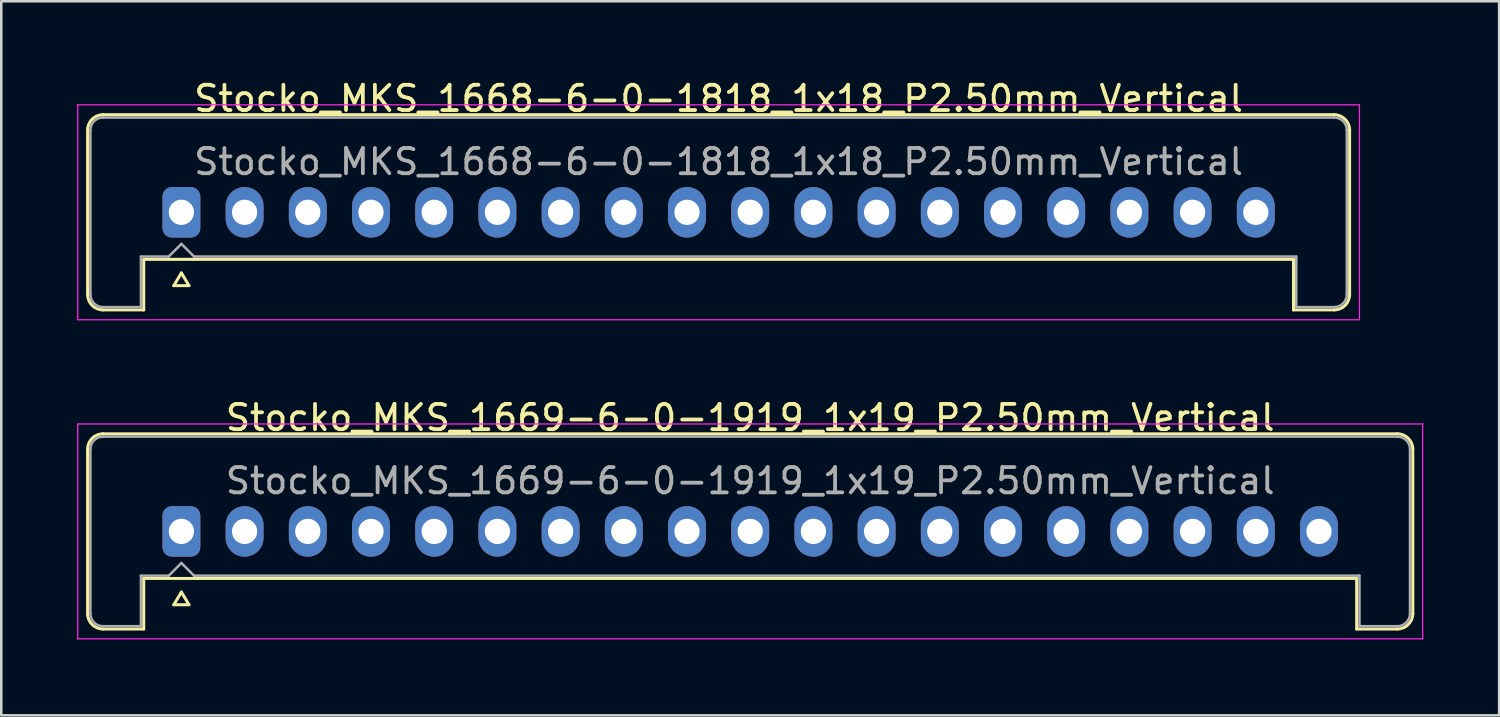
<source format=kicad_pcb>
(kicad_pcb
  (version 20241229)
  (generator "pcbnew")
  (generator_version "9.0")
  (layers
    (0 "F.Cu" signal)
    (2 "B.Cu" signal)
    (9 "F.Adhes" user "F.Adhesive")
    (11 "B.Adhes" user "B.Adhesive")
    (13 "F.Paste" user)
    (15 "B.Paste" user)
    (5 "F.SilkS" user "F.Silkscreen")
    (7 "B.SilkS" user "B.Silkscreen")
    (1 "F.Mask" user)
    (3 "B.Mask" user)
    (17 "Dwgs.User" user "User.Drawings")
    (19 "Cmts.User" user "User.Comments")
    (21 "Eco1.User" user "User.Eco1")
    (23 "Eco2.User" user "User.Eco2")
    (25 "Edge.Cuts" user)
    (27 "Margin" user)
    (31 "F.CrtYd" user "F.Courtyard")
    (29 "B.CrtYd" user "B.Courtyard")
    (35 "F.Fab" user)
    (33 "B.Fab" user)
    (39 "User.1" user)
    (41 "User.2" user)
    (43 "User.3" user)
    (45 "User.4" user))
  (footprint "Stocko_MKS_1669-6-0-1919_1x19_P2.50mm_Vertical"
    (layer "F.Cu")
    (at 4.125 17.971)
    (property "Reference" "Stocko_MKS_1669-6-0-1919_1x19_P2.50mm_Vertical" (at 22.5 -4.5 0) (layer "F.SilkS") (effects (font (size 1 1) (thickness 0.15))))
    (attr through_hole)
    (fp_line (start -3.71 -3.25) (end -3.71 3.25) (stroke (width 0.12) (type solid)) (layer "F.SilkS"))
    (fp_line (start -3.1 -3.86) (end 48.1 -3.86) (stroke (width 0.12) (type solid)) (layer "F.SilkS"))
    (fp_line (start -3.1 3.86) (end -1.49 3.86) (stroke (width 0.12) (type solid)) (layer "F.SilkS"))
    (fp_line (start -1.49 1.86) (end 46.49 1.86) (stroke (width 0.12) (type solid)) (layer "F.SilkS"))
    (fp_line (start -1.49 3.86) (end -1.49 1.86) (stroke (width 0.12) (type solid)) (layer "F.SilkS"))
    (fp_line (start -0.3 2.9) (end 0.3 2.9) (stroke (width 0.12) (type solid)) (layer "F.SilkS"))
    (fp_line (start 0 2.4) (end -0.3 2.9) (stroke (width 0.12) (type solid)) (layer "F.SilkS"))
    (fp_line (start 0.3 2.9) (end 0 2.4) (stroke (width 0.12) (type solid)) (layer "F.SilkS"))
    (fp_line (start 46.49 3.86) (end 46.49 1.86) (stroke (width 0.12) (type solid)) (layer "F.SilkS"))
    (fp_line (start 48.1 3.86) (end 46.49 3.86) (stroke (width 0.12) (type solid)) (layer "F.SilkS"))
    (fp_line (start 48.71 -3.25) (end 48.71 3.25) (stroke (width 0.12) (type solid)) (layer "F.SilkS"))
    (fp_arc (start -3.71 -3.25) (mid -3.531335 -3.681335) (end -3.1 -3.86) (stroke (width 0.12) (type solid)) (layer "F.SilkS"))
    (fp_arc (start -3.1 3.86) (mid -3.531335 3.681335) (end -3.71 3.25) (stroke (width 0.12) (type solid)) (layer "F.SilkS"))
    (fp_arc (start 48.1 -3.86) (mid 48.531335 -3.681335) (end 48.71 -3.25) (stroke (width 0.12) (type solid)) (layer "F.SilkS"))
    (fp_arc (start 48.71 3.25) (mid 48.531335 3.681335) (end 48.1 3.86) (stroke (width 0.12) (type solid)) (layer "F.SilkS"))
    (fp_line (start -4.1 -4.25) (end -4.1 4.25) (stroke (width 0.05) (type solid)) (layer "F.CrtYd"))
    (fp_line (start -4.1 4.25) (end 49.1 4.25) (stroke (width 0.05) (type solid)) (layer "F.CrtYd"))
    (fp_line (start 49.1 -4.25) (end -4.1 -4.25) (stroke (width 0.05) (type solid)) (layer "F.CrtYd"))
    (fp_line (start 49.1 4.25) (end 49.1 -4.25) (stroke (width 0.05) (type solid)) (layer "F.CrtYd"))
    (fp_line (start -3.6 -3.25) (end -3.6 3.25) (stroke (width 0.1) (type solid)) (layer "F.Fab"))
    (fp_line (start -3.1 -3.75) (end 48.1 -3.75) (stroke (width 0.1) (type solid)) (layer "F.Fab"))
    (fp_line (start -3.1 3.75) (end -1.6 3.75) (stroke (width 0.1) (type solid)) (layer "F.Fab"))
    (fp_line (start -1.6 1.75) (end -0.5 1.75) (stroke (width 0.1) (type solid)) (layer "F.Fab"))
    (fp_line (start -1.6 3.75) (end -1.6 1.75) (stroke (width 0.1) (type solid)) (layer "F.Fab"))
    (fp_line (start -0.5 1.75) (end 0 1.25) (stroke (width 0.1) (type solid)) (layer "F.Fab"))
    (fp_line (start 0 1.25) (end 0.5 1.75) (stroke (width 0.1) (type solid)) (layer "F.Fab"))
    (fp_line (start 0.5 1.75) (end 46.6 1.75) (stroke (width 0.1) (type solid)) (layer "F.Fab"))
    (fp_line (start 46.6 3.75) (end 46.6 1.75) (stroke (width 0.1) (type solid)) (layer "F.Fab"))
    (fp_line (start 48.1 3.75) (end 46.6 3.75) (stroke (width 0.1) (type solid)) (layer "F.Fab"))
    (fp_line (start 48.6 -3.25) (end 48.6 3.25) (stroke (width 0.1) (type solid)) (layer "F.Fab"))
    (fp_arc (start -3.6 -3.25) (mid -3.453553 -3.603553) (end -3.1 -3.75) (stroke (width 0.1) (type solid)) (layer "F.Fab"))
    (fp_arc (start -3.1 3.75) (mid -3.453553 3.603553) (end -3.6 3.25) (stroke (width 0.1) (type solid)) (layer "F.Fab"))
    (fp_arc (start 48.1 -3.75) (mid 48.453553 -3.603553) (end 48.6 -3.25) (stroke (width 0.1) (type solid)) (layer "F.Fab"))
    (fp_arc (start 48.6 3.25) (mid 48.453553 3.603553) (end 48.1 3.75) (stroke (width 0.1) (type solid)) (layer "F.Fab"))
    (fp_text user "${REFERENCE}" (at 22.5 -2 0) (layer "F.Fab") (effects (font (size 1 1) (thickness 0.15))))
    (pad "1" thru_hole roundrect (at 0 0) (size 1.5 2) (drill 1) (layers "*.Cu" "*.Mask") (roundrect_rratio 0.25))
    (pad "2" thru_hole oval (at 2.5 0) (size 1.5 2) (drill 1) (layers "*.Cu" "*.Mask"))
    (pad "3" thru_hole oval (at 5 0) (size 1.5 2) (drill 1) (layers "*.Cu" "*.Mask"))
    (pad "4" thru_hole oval (at 7.5 0) (size 1.5 2) (drill 1) (layers "*.Cu" "*.Mask"))
    (pad "5" thru_hole oval (at 10 0) (size 1.5 2) (drill 1) (layers "*.Cu" "*.Mask"))
    (pad "6" thru_hole oval (at 12.5 0) (size 1.5 2) (drill 1) (layers "*.Cu" "*.Mask"))
    (pad "7" thru_hole oval (at 15 0) (size 1.5 2) (drill 1) (layers "*.Cu" "*.Mask"))
    (pad "8" thru_hole oval (at 17.5 0) (size 1.5 2) (drill 1) (layers "*.Cu" "*.Mask"))
    (pad "9" thru_hole oval (at 20 0) (size 1.5 2) (drill 1) (layers "*.Cu" "*.Mask"))
    (pad "10" thru_hole oval (at 22.5 0) (size 1.5 2) (drill 1) (layers "*.Cu" "*.Mask"))
    (pad "11" thru_hole oval (at 25 0) (size 1.5 2) (drill 1) (layers "*.Cu" "*.Mask"))
    (pad "12" thru_hole oval (at 27.5 0) (size 1.5 2) (drill 1) (layers "*.Cu" "*.Mask"))
    (pad "13" thru_hole oval (at 30 0) (size 1.5 2) (drill 1) (layers "*.Cu" "*.Mask"))
    (pad "14" thru_hole oval (at 32.5 0) (size 1.5 2) (drill 1) (layers "*.Cu" "*.Mask"))
    (pad "15" thru_hole oval (at 35 0) (size 1.5 2) (drill 1) (layers "*.Cu" "*.Mask"))
    (pad "16" thru_hole oval (at 37.5 0) (size 1.5 2) (drill 1) (layers "*.Cu" "*.Mask"))
    (pad "17" thru_hole oval (at 40 0) (size 1.5 2) (drill 1) (layers "*.Cu" "*.Mask"))
    (pad "18" thru_hole oval (at 42.5 0) (size 1.5 2) (drill 1) (layers "*.Cu" "*.Mask"))
    (pad "19" thru_hole oval (at 45 0) (size 1.5 2) (drill 1) (layers "*.Cu" "*.Mask")))
  (footprint "Stocko_MKS_1668-6-0-1818_1x18_P2.50mm_Vertical"
    (layer "F.Cu")
    (at 4.125 5.348)
    (property "Reference" "Stocko_MKS_1668-6-0-1818_1x18_P2.50mm_Vertical" (at 21.25 -4.5 0) (layer "F.SilkS") (effects (font (size 1 1) (thickness 0.15))))
    (attr through_hole)
    (fp_line (start -3.71 -3.25) (end -3.71 3.25) (stroke (width 0.12) (type solid)) (layer "F.SilkS"))
    (fp_line (start -3.1 -3.86) (end 45.6 -3.86) (stroke (width 0.12) (type solid)) (layer "F.SilkS"))
    (fp_line (start -3.1 3.86) (end -1.49 3.86) (stroke (width 0.12) (type solid)) (layer "F.SilkS"))
    (fp_line (start -1.49 1.86) (end 43.99 1.86) (stroke (width 0.12) (type solid)) (layer "F.SilkS"))
    (fp_line (start -1.49 3.86) (end -1.49 1.86) (stroke (width 0.12) (type solid)) (layer "F.SilkS"))
    (fp_line (start -0.3 2.9) (end 0.3 2.9) (stroke (width 0.12) (type solid)) (layer "F.SilkS"))
    (fp_line (start 0 2.4) (end -0.3 2.9) (stroke (width 0.12) (type solid)) (layer "F.SilkS"))
    (fp_line (start 0.3 2.9) (end 0 2.4) (stroke (width 0.12) (type solid)) (layer "F.SilkS"))
    (fp_line (start 43.99 3.86) (end 43.99 1.86) (stroke (width 0.12) (type solid)) (layer "F.SilkS"))
    (fp_line (start 45.6 3.86) (end 43.99 3.86) (stroke (width 0.12) (type solid)) (layer "F.SilkS"))
    (fp_line (start 46.21 -3.25) (end 46.21 3.25) (stroke (width 0.12) (type solid)) (layer "F.SilkS"))
    (fp_arc (start -3.71 -3.25) (mid -3.531335 -3.681335) (end -3.1 -3.86) (stroke (width 0.12) (type solid)) (layer "F.SilkS"))
    (fp_arc (start -3.1 3.86) (mid -3.531335 3.681335) (end -3.71 3.25) (stroke (width 0.12) (type solid)) (layer "F.SilkS"))
    (fp_arc (start 45.6 -3.86) (mid 46.031335 -3.681335) (end 46.21 -3.25) (stroke (width 0.12) (type solid)) (layer "F.SilkS"))
    (fp_arc (start 46.21 3.25) (mid 46.031335 3.681335) (end 45.6 3.86) (stroke (width 0.12) (type solid)) (layer "F.SilkS"))
    (fp_line (start -4.1 -4.25) (end -4.1 4.25) (stroke (width 0.05) (type solid)) (layer "F.CrtYd"))
    (fp_line (start -4.1 4.25) (end 46.6 4.25) (stroke (width 0.05) (type solid)) (layer "F.CrtYd"))
    (fp_line (start 46.6 -4.25) (end -4.1 -4.25) (stroke (width 0.05) (type solid)) (layer "F.CrtYd"))
    (fp_line (start 46.6 4.25) (end 46.6 -4.25) (stroke (width 0.05) (type solid)) (layer "F.CrtYd"))
    (fp_line (start -3.6 -3.25) (end -3.6 3.25) (stroke (width 0.1) (type solid)) (layer "F.Fab"))
    (fp_line (start -3.1 -3.75) (end 45.6 -3.75) (stroke (width 0.1) (type solid)) (layer "F.Fab"))
    (fp_line (start -3.1 3.75) (end -1.6 3.75) (stroke (width 0.1) (type solid)) (layer "F.Fab"))
    (fp_line (start -1.6 1.75) (end -0.5 1.75) (stroke (width 0.1) (type solid)) (layer "F.Fab"))
    (fp_line (start -1.6 3.75) (end -1.6 1.75) (stroke (width 0.1) (type solid)) (layer "F.Fab"))
    (fp_line (start -0.5 1.75) (end 0 1.25) (stroke (width 0.1) (type solid)) (layer "F.Fab"))
    (fp_line (start 0 1.25) (end 0.5 1.75) (stroke (width 0.1) (type solid)) (layer "F.Fab"))
    (fp_line (start 0.5 1.75) (end 44.1 1.75) (stroke (width 0.1) (type solid)) (layer "F.Fab"))
    (fp_line (start 44.1 3.75) (end 44.1 1.75) (stroke (width 0.1) (type solid)) (layer "F.Fab"))
    (fp_line (start 45.6 3.75) (end 44.1 3.75) (stroke (width 0.1) (type solid)) (layer "F.Fab"))
    (fp_line (start 46.1 -3.25) (end 46.1 3.25) (stroke (width 0.1) (type solid)) (layer "F.Fab"))
    (fp_arc (start -3.6 -3.25) (mid -3.453553 -3.603553) (end -3.1 -3.75) (stroke (width 0.1) (type solid)) (layer "F.Fab"))
    (fp_arc (start -3.1 3.75) (mid -3.453553 3.603553) (end -3.6 3.25) (stroke (width 0.1) (type solid)) (layer "F.Fab"))
    (fp_arc (start 45.6 -3.75) (mid 45.953553 -3.603553) (end 46.1 -3.25) (stroke (width 0.1) (type solid)) (layer "F.Fab"))
    (fp_arc (start 46.1 3.25) (mid 45.953553 3.603553) (end 45.6 3.75) (stroke (width 0.1) (type solid)) (layer "F.Fab"))
    (fp_text user "${REFERENCE}" (at 21.25 -2 0) (layer "F.Fab") (effects (font (size 1 1) (thickness 0.15))))
    (pad "1" thru_hole roundrect (at 0 0) (size 1.5 2) (drill 1) (layers "*.Cu" "*.Mask") (roundrect_rratio 0.25))
    (pad "2" thru_hole oval (at 2.5 0) (size 1.5 2) (drill 1) (layers "*.Cu" "*.Mask"))
    (pad "3" thru_hole oval (at 5 0) (size 1.5 2) (drill 1) (layers "*.Cu" "*.Mask"))
    (pad "4" thru_hole oval (at 7.5 0) (size 1.5 2) (drill 1) (layers "*.Cu" "*.Mask"))
    (pad "5" thru_hole oval (at 10 0) (size 1.5 2) (drill 1) (layers "*.Cu" "*.Mask"))
    (pad "6" thru_hole oval (at 12.5 0) (size 1.5 2) (drill 1) (layers "*.Cu" "*.Mask"))
    (pad "7" thru_hole oval (at 15 0) (size 1.5 2) (drill 1) (layers "*.Cu" "*.Mask"))
    (pad "8" thru_hole oval (at 17.5 0) (size 1.5 2) (drill 1) (layers "*.Cu" "*.Mask"))
    (pad "9" thru_hole oval (at 20 0) (size 1.5 2) (drill 1) (layers "*.Cu" "*.Mask"))
    (pad "10" thru_hole oval (at 22.5 0) (size 1.5 2) (drill 1) (layers "*.Cu" "*.Mask"))
    (pad "11" thru_hole oval (at 25 0) (size 1.5 2) (drill 1) (layers "*.Cu" "*.Mask"))
    (pad "12" thru_hole oval (at 27.5 0) (size 1.5 2) (drill 1) (layers "*.Cu" "*.Mask"))
    (pad "13" thru_hole oval (at 30 0) (size 1.5 2) (drill 1) (layers "*.Cu" "*.Mask"))
    (pad "14" thru_hole oval (at 32.5 0) (size 1.5 2) (drill 1) (layers "*.Cu" "*.Mask"))
    (pad "15" thru_hole oval (at 35 0) (size 1.5 2) (drill 1) (layers "*.Cu" "*.Mask"))
    (pad "16" thru_hole oval (at 37.5 0) (size 1.5 2) (drill 1) (layers "*.Cu" "*.Mask"))
    (pad "17" thru_hole oval (at 40 0) (size 1.5 2) (drill 1) (layers "*.Cu" "*.Mask"))
    (pad "18" thru_hole oval (at 42.5 0) (size 1.5 2) (drill 1) (layers "*.Cu" "*.Mask")))
  (gr_rect
    (start -3 -3)
    (end 56.25 25.247)
    (stroke (width 0.1) (type default))
    (fill no)
    (layer "Edge.Cuts")))
</source>
